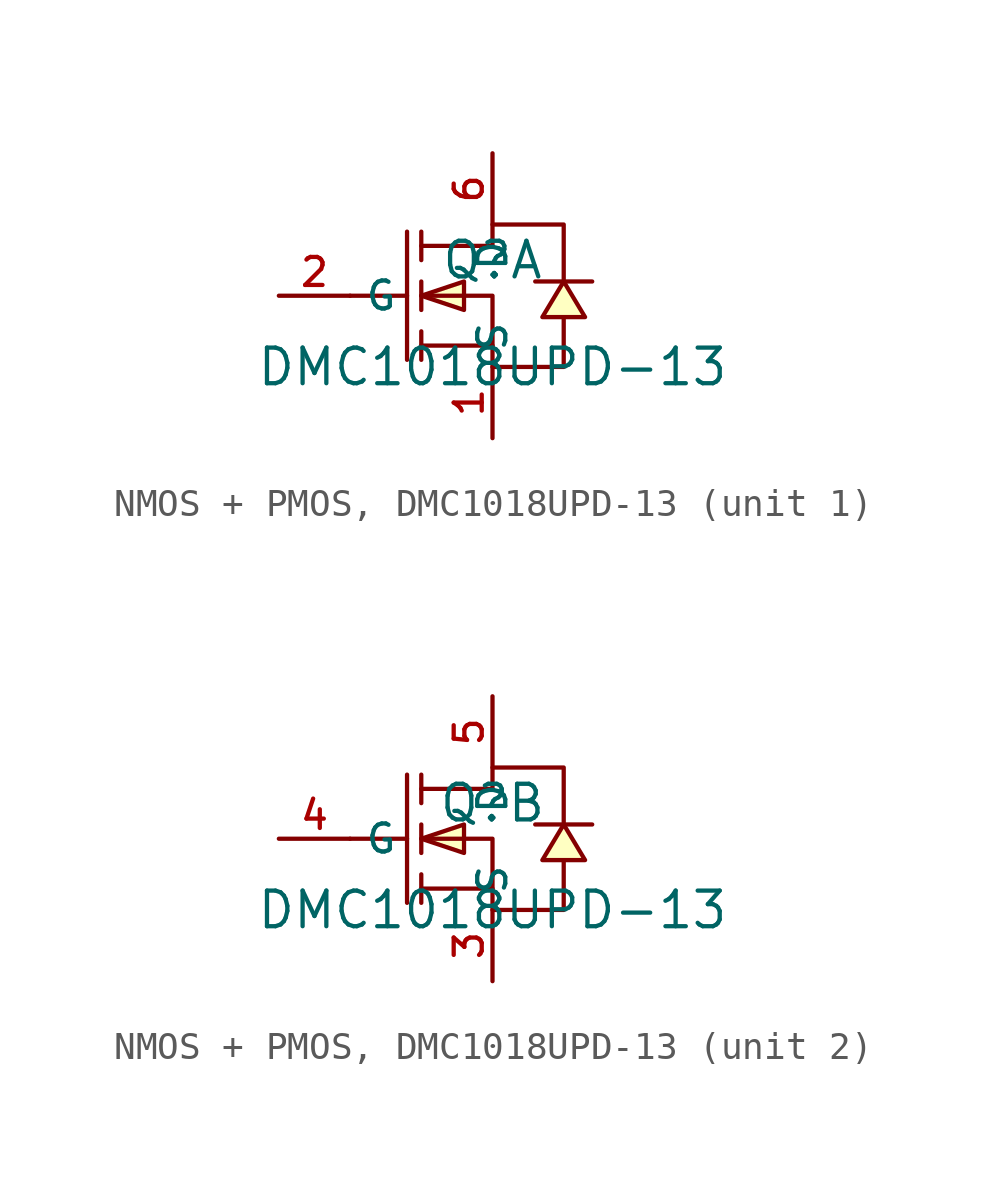
<source format=kicad_sym>
(kicad_symbol_lib
  (version 20231120)
  (generator "CDFER_Archive_Tool")
  (generator_version "0.0")
  (symbol "NMOS + PMOS, DMC1018UPD-13"
    (property "Reference" "Q"
      (at 0 1.27 0)
      (effects (font (size 1.27 1.27))))
    (property "Value" "DMC1018UPD-13"
      (at 0 -2.54 0)
      (effects (font (size 1.27 1.27))))
    (symbol "NMOS + PMOS, DMC1018UPD-13_1_1"
      (polyline (pts (xy -5.08 0) (xy -3.048 0)) (stroke (width 0) (type default)) (fill (type none)))
      (polyline (pts (xy -3.048 2.286) (xy -3.048 -2.286)) (stroke (width 0) (type default)) (fill (type none)))
      (polyline (pts (xy -2.54 -2.286) (xy -2.54 -1.27)) (stroke (width 0) (type default)) (fill (type none)))
      (polyline (pts (xy -2.54 -0.508) (xy -2.54 0.508)) (stroke (width 0) (type default)) (fill (type none)))
      (polyline (pts (xy -2.54 2.286) (xy -2.54 1.27)) (stroke (width 0) (type default)) (fill (type none)))
      (polyline (pts (xy 0 -1.778) (xy -2.54 -1.778)) (stroke (width 0) (type default)) (fill (type none)))
      (polyline (pts (xy -2.54 0) (xy -1.016 0.508) (xy -1.016 -0.508) (xy -2.54 0)) (stroke (width 0) (type default)) (fill (type background)))
      (polyline (pts (xy 2.54 0.508) (xy 1.778 -0.762) (xy 3.302 -0.762) (xy 2.54 0.508)) (stroke (width 0) (type default)) (fill (type background)))
      (polyline (pts (xy 3.556 0.508) (xy 3.048 0.508) (xy 2.032 0.508) (xy 1.524 0.508)) (stroke (width 0) (type default)) (fill (type none)))
      (polyline (pts (xy -2.54 0) (xy 0 0) (xy 0 -2.54) (xy 2.54 -2.54) (xy 2.54 -0.762)) (stroke (width 0) (type default)) (fill (type none)))
      (polyline (pts (xy -2.54 1.778) (xy 0 1.778) (xy 0 2.54) (xy 2.54 2.54) (xy 2.54 0.508)) (stroke (width 0) (type default)) (fill (type none)))
      (pin unspecified line (at 0 -5.08 90) (length 2.54) (name "S" (effects (font (size 1 1)))) (number "1" (effects (font (size 1 1)))))
      (pin unspecified line (at -7.62 0 0) (length 2.54) (name "G" (effects (font (size 1 1)))) (number "2" (effects (font (size 1 1)))))
      (pin unspecified line (at 0 5.08 270) (length 2.54) (name "D" (effects (font (size 1 1)))) (number "6" (effects (font (size 1 1))))))
    (symbol "NMOS + PMOS, DMC1018UPD-13_2_1"
      (polyline (pts (xy -5.08 0) (xy -3.048 0)) (stroke (width 0) (type default)) (fill (type none)))
      (polyline (pts (xy -3.048 2.286) (xy -3.048 -2.286)) (stroke (width 0) (type default)) (fill (type none)))
      (polyline (pts (xy -2.54 -2.286) (xy -2.54 -1.27)) (stroke (width 0) (type default)) (fill (type none)))
      (polyline (pts (xy -2.54 -0.508) (xy -2.54 0.508)) (stroke (width 0) (type default)) (fill (type none)))
      (polyline (pts (xy -2.54 2.286) (xy -2.54 1.27)) (stroke (width 0) (type default)) (fill (type none)))
      (polyline (pts (xy 0 -1.778) (xy -2.54 -1.778)) (stroke (width 0) (type default)) (fill (type none)))
      (polyline (pts (xy -2.54 0) (xy -1.016 0.508) (xy -1.016 -0.508) (xy -2.54 0)) (stroke (width 0) (type default)) (fill (type background)))
      (polyline (pts (xy 2.54 0.508) (xy 1.778 -0.762) (xy 3.302 -0.762) (xy 2.54 0.508)) (stroke (width 0) (type default)) (fill (type background)))
      (polyline (pts (xy 3.556 0.508) (xy 3.048 0.508) (xy 2.032 0.508) (xy 1.524 0.508)) (stroke (width 0) (type default)) (fill (type none)))
      (polyline (pts (xy -2.54 0) (xy 0 0) (xy 0 -2.54) (xy 2.54 -2.54) (xy 2.54 -0.762)) (stroke (width 0) (type default)) (fill (type none)))
      (polyline (pts (xy -2.54 1.778) (xy 0 1.778) (xy 0 2.54) (xy 2.54 2.54) (xy 2.54 0.508)) (stroke (width 0) (type default)) (fill (type none)))
      (pin unspecified line (at 0 -5.08 90) (length 2.54) (name "S" (effects (font (size 1 1)))) (number "3" (effects (font (size 1 1)))))
      (pin unspecified line (at -7.62 0 0) (length 2.54) (name "G" (effects (font (size 1 1)))) (number "4" (effects (font (size 1 1)))))
      (pin unspecified line (at 0 5.08 270) (length 2.54) (name "D" (effects (font (size 1 1)))) (number "5" (effects (font (size 1 1))))))))
</source>
